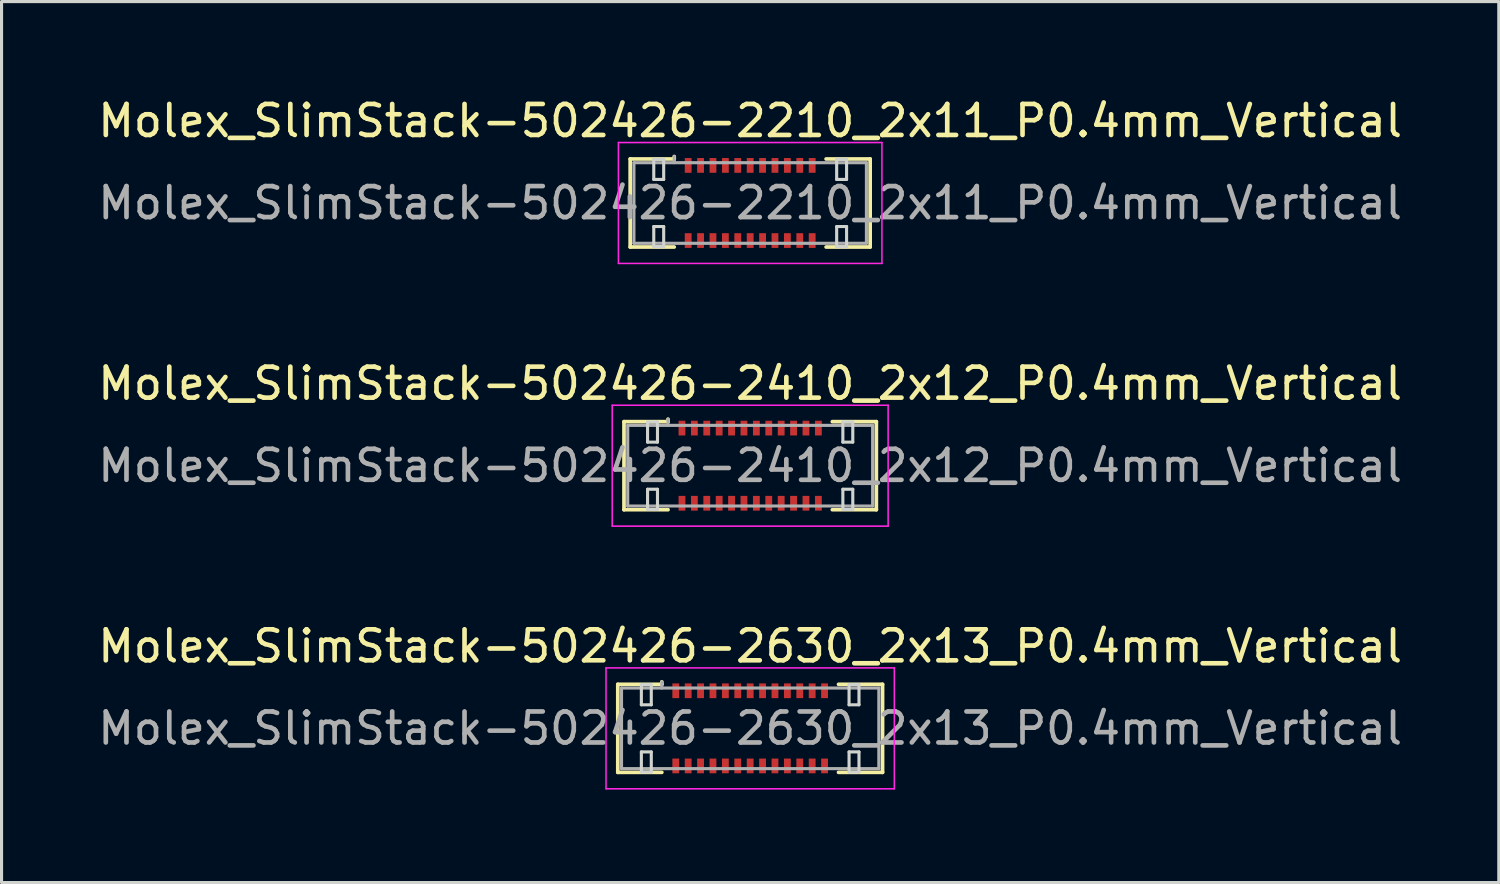
<source format=kicad_pcb>
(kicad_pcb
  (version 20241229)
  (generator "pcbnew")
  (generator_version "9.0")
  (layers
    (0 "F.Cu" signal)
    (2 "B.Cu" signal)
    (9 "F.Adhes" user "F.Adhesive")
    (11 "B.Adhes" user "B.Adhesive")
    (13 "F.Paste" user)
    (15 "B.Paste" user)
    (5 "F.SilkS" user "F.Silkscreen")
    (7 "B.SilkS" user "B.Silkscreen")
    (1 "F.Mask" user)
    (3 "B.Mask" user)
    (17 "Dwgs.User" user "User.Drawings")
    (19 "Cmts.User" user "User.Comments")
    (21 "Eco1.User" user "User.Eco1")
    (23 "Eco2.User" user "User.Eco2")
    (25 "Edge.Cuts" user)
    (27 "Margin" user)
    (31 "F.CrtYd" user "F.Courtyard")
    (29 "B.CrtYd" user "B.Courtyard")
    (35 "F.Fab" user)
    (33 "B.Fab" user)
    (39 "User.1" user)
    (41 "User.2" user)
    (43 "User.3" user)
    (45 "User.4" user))
  (footprint "Molex_SlimStack-502426-2410_2x12_P0.4mm_Vertical"
    (layer "F.Cu")
    (at 21.149 11.972)
    (property "Reference" "Molex_SlimStack-502426-2410_2x12_P0.4mm_Vertical" (at 0 -2.65 0) (layer "F.SilkS") (effects (font (size 1 1) (thickness 0.15))))
    (attr smd)
    (fp_line (start -4.07 -1.42) (end -2.65 -1.42) (stroke (width 0.12) (type solid)) (layer "F.SilkS"))
    (fp_line (start -4.07 1.42) (end -4.07 -1.42) (stroke (width 0.12) (type solid)) (layer "F.SilkS"))
    (fp_line (start -2.65 -1.42) (end -2.65 -1.5) (stroke (width 0.12) (type solid)) (layer "F.SilkS"))
    (fp_line (start -2.65 1.42) (end -4.07 1.42) (stroke (width 0.12) (type solid)) (layer "F.SilkS"))
    (fp_line (start 2.65 1.42) (end 4.07 1.42) (stroke (width 0.12) (type solid)) (layer "F.SilkS"))
    (fp_line (start 4.07 -1.42) (end 2.65 -1.42) (stroke (width 0.12) (type solid)) (layer "F.SilkS"))
    (fp_line (start 4.07 1.42) (end 4.07 -1.42) (stroke (width 0.12) (type solid)) (layer "F.SilkS"))
    (fp_line (start -3.31 -1.41) (end -3.31 -0.76) (stroke (width 0.1) (type solid)) (layer "Edge.Cuts"))
    (fp_line (start -3.31 -0.76) (end -2.99 -0.76) (stroke (width 0.1) (type solid)) (layer "Edge.Cuts"))
    (fp_line (start -3.31 0.76) (end -3.31 1.41) (stroke (width 0.1) (type solid)) (layer "Edge.Cuts"))
    (fp_line (start -3.31 1.41) (end -2.99 1.41) (stroke (width 0.1) (type solid)) (layer "Edge.Cuts"))
    (fp_line (start -2.99 -1.41) (end -3.31 -1.41) (stroke (width 0.1) (type solid)) (layer "Edge.Cuts"))
    (fp_line (start -2.99 -0.76) (end -2.99 -1.41) (stroke (width 0.1) (type solid)) (layer "Edge.Cuts"))
    (fp_line (start -2.99 0.76) (end -3.31 0.76) (stroke (width 0.1) (type solid)) (layer "Edge.Cuts"))
    (fp_line (start -2.99 1.41) (end -2.99 0.76) (stroke (width 0.1) (type solid)) (layer "Edge.Cuts"))
    (fp_line (start 2.99 -1.41) (end 2.99 -0.76) (stroke (width 0.1) (type solid)) (layer "Edge.Cuts"))
    (fp_line (start 2.99 -0.76) (end 3.31 -0.76) (stroke (width 0.1) (type solid)) (layer "Edge.Cuts"))
    (fp_line (start 2.99 0.76) (end 2.99 1.41) (stroke (width 0.1) (type solid)) (layer "Edge.Cuts"))
    (fp_line (start 2.99 1.41) (end 3.31 1.41) (stroke (width 0.1) (type solid)) (layer "Edge.Cuts"))
    (fp_line (start 3.31 -1.41) (end 2.99 -1.41) (stroke (width 0.1) (type solid)) (layer "Edge.Cuts"))
    (fp_line (start 3.31 -0.76) (end 3.31 -1.41) (stroke (width 0.1) (type solid)) (layer "Edge.Cuts"))
    (fp_line (start 3.31 0.76) (end 2.99 0.76) (stroke (width 0.1) (type solid)) (layer "Edge.Cuts"))
    (fp_line (start 3.31 1.41) (end 3.31 0.76) (stroke (width 0.1) (type solid)) (layer "Edge.Cuts"))
    (fp_line (start -4.45 -1.95) (end -4.45 1.95) (stroke (width 0.05) (type solid)) (layer "F.CrtYd"))
    (fp_line (start -4.45 1.95) (end 4.45 1.95) (stroke (width 0.05) (type solid)) (layer "F.CrtYd"))
    (fp_line (start 4.45 -1.95) (end -4.45 -1.95) (stroke (width 0.05) (type solid)) (layer "F.CrtYd"))
    (fp_line (start 4.45 1.95) (end 4.45 -1.95) (stroke (width 0.05) (type solid)) (layer "F.CrtYd"))
    (fp_line (start -3.95 -1.3) (end -3.95 1.3) (stroke (width 0.1) (type solid)) (layer "F.Fab"))
    (fp_line (start -3.95 1.3) (end 3.95 1.3) (stroke (width 0.1) (type solid)) (layer "F.Fab"))
    (fp_line (start -2.65 -1.3) (end -2.65 -1.5) (stroke (width 0.1) (type solid)) (layer "F.Fab"))
    (fp_line (start 3.95 -1.3) (end -3.95 -1.3) (stroke (width 0.1) (type solid)) (layer "F.Fab"))
    (fp_line (start 3.95 1.3) (end 3.95 -1.3) (stroke (width 0.1) (type solid)) (layer "F.Fab"))
    (fp_text user "${REFERENCE}" (at 0 0 0) (layer "F.Fab") (effects (font (size 1 1) (thickness 0.15))))
    (pad "1" smd rect (at 2.2 -1.212) (size 0.22 0.475) (layers "F.Cu" "F.Mask" "F.Paste"))
    (pad "2" smd rect (at 2.2 1.212) (size 0.22 0.475) (layers "F.Cu" "F.Mask" "F.Paste"))
    (pad "3" smd rect (at 1.8 -1.212) (size 0.22 0.475) (layers "F.Cu" "F.Mask" "F.Paste"))
    (pad "4" smd rect (at 1.8 1.212) (size 0.22 0.475) (layers "F.Cu" "F.Mask" "F.Paste"))
    (pad "5" smd rect (at 1.4 -1.212) (size 0.22 0.475) (layers "F.Cu" "F.Mask" "F.Paste"))
    (pad "6" smd rect (at 1.4 1.212) (size 0.22 0.475) (layers "F.Cu" "F.Mask" "F.Paste"))
    (pad "7" smd rect (at 1 -1.212) (size 0.22 0.475) (layers "F.Cu" "F.Mask" "F.Paste"))
    (pad "8" smd rect (at 1 1.212) (size 0.22 0.475) (layers "F.Cu" "F.Mask" "F.Paste"))
    (pad "9" smd rect (at 0.6 -1.212) (size 0.22 0.475) (layers "F.Cu" "F.Mask" "F.Paste"))
    (pad "10" smd rect (at 0.6 1.212) (size 0.22 0.475) (layers "F.Cu" "F.Mask" "F.Paste"))
    (pad "11" smd rect (at 0.2 -1.212) (size 0.22 0.475) (layers "F.Cu" "F.Mask" "F.Paste"))
    (pad "12" smd rect (at 0.2 1.212) (size 0.22 0.475) (layers "F.Cu" "F.Mask" "F.Paste"))
    (pad "13" smd rect (at -0.2 -1.212) (size 0.22 0.475) (layers "F.Cu" "F.Mask" "F.Paste"))
    (pad "14" smd rect (at -0.2 1.212) (size 0.22 0.475) (layers "F.Cu" "F.Mask" "F.Paste"))
    (pad "15" smd rect (at -0.6 -1.212) (size 0.22 0.475) (layers "F.Cu" "F.Mask" "F.Paste"))
    (pad "16" smd rect (at -0.6 1.212) (size 0.22 0.475) (layers "F.Cu" "F.Mask" "F.Paste"))
    (pad "17" smd rect (at -1 -1.212) (size 0.22 0.475) (layers "F.Cu" "F.Mask" "F.Paste"))
    (pad "18" smd rect (at -1 1.212) (size 0.22 0.475) (layers "F.Cu" "F.Mask" "F.Paste"))
    (pad "19" smd rect (at -1.4 -1.212) (size 0.22 0.475) (layers "F.Cu" "F.Mask" "F.Paste"))
    (pad "20" smd rect (at -1.4 1.212) (size 0.22 0.475) (layers "F.Cu" "F.Mask" "F.Paste"))
    (pad "21" smd rect (at -1.8 -1.212) (size 0.22 0.475) (layers "F.Cu" "F.Mask" "F.Paste"))
    (pad "22" smd rect (at -1.8 1.212) (size 0.22 0.475) (layers "F.Cu" "F.Mask" "F.Paste"))
    (pad "23" smd rect (at -2.2 -1.212) (size 0.22 0.475) (layers "F.Cu" "F.Mask" "F.Paste"))
    (pad "24" smd rect (at -2.2 1.212) (size 0.22 0.475) (layers "F.Cu" "F.Mask" "F.Paste")))
  (footprint "Molex_SlimStack-502426-2210_2x11_P0.4mm_Vertical"
    (layer "F.Cu")
    (at 21.149 3.498)
    (property "Reference" "Molex_SlimStack-502426-2210_2x11_P0.4mm_Vertical" (at 0 -2.65 0) (layer "F.SilkS") (effects (font (size 1 1) (thickness 0.15))))
    (attr smd)
    (fp_line (start -3.87 -1.42) (end -2.45 -1.42) (stroke (width 0.12) (type solid)) (layer "F.SilkS"))
    (fp_line (start -3.87 1.42) (end -3.87 -1.42) (stroke (width 0.12) (type solid)) (layer "F.SilkS"))
    (fp_line (start -2.45 -1.42) (end -2.45 -1.5) (stroke (width 0.12) (type solid)) (layer "F.SilkS"))
    (fp_line (start -2.45 1.42) (end -3.87 1.42) (stroke (width 0.12) (type solid)) (layer "F.SilkS"))
    (fp_line (start 2.45 1.42) (end 3.87 1.42) (stroke (width 0.12) (type solid)) (layer "F.SilkS"))
    (fp_line (start 3.87 -1.42) (end 2.45 -1.42) (stroke (width 0.12) (type solid)) (layer "F.SilkS"))
    (fp_line (start 3.87 1.42) (end 3.87 -1.42) (stroke (width 0.12) (type solid)) (layer "F.SilkS"))
    (fp_line (start -3.11 -1.41) (end -3.11 -0.76) (stroke (width 0.1) (type solid)) (layer "Edge.Cuts"))
    (fp_line (start -3.11 -0.76) (end -2.79 -0.76) (stroke (width 0.1) (type solid)) (layer "Edge.Cuts"))
    (fp_line (start -3.11 0.76) (end -3.11 1.41) (stroke (width 0.1) (type solid)) (layer "Edge.Cuts"))
    (fp_line (start -3.11 1.41) (end -2.79 1.41) (stroke (width 0.1) (type solid)) (layer "Edge.Cuts"))
    (fp_line (start -2.79 -1.41) (end -3.11 -1.41) (stroke (width 0.1) (type solid)) (layer "Edge.Cuts"))
    (fp_line (start -2.79 -0.76) (end -2.79 -1.41) (stroke (width 0.1) (type solid)) (layer "Edge.Cuts"))
    (fp_line (start -2.79 0.76) (end -3.11 0.76) (stroke (width 0.1) (type solid)) (layer "Edge.Cuts"))
    (fp_line (start -2.79 1.41) (end -2.79 0.76) (stroke (width 0.1) (type solid)) (layer "Edge.Cuts"))
    (fp_line (start 2.79 -1.41) (end 2.79 -0.76) (stroke (width 0.1) (type solid)) (layer "Edge.Cuts"))
    (fp_line (start 2.79 -0.76) (end 3.11 -0.76) (stroke (width 0.1) (type solid)) (layer "Edge.Cuts"))
    (fp_line (start 2.79 0.76) (end 2.79 1.41) (stroke (width 0.1) (type solid)) (layer "Edge.Cuts"))
    (fp_line (start 2.79 1.41) (end 3.11 1.41) (stroke (width 0.1) (type solid)) (layer "Edge.Cuts"))
    (fp_line (start 3.11 -1.41) (end 2.79 -1.41) (stroke (width 0.1) (type solid)) (layer "Edge.Cuts"))
    (fp_line (start 3.11 -0.76) (end 3.11 -1.41) (stroke (width 0.1) (type solid)) (layer "Edge.Cuts"))
    (fp_line (start 3.11 0.76) (end 2.79 0.76) (stroke (width 0.1) (type solid)) (layer "Edge.Cuts"))
    (fp_line (start 3.11 1.41) (end 3.11 0.76) (stroke (width 0.1) (type solid)) (layer "Edge.Cuts"))
    (fp_line (start -4.25 -1.95) (end -4.25 1.95) (stroke (width 0.05) (type solid)) (layer "F.CrtYd"))
    (fp_line (start -4.25 1.95) (end 4.25 1.95) (stroke (width 0.05) (type solid)) (layer "F.CrtYd"))
    (fp_line (start 4.25 -1.95) (end -4.25 -1.95) (stroke (width 0.05) (type solid)) (layer "F.CrtYd"))
    (fp_line (start 4.25 1.95) (end 4.25 -1.95) (stroke (width 0.05) (type solid)) (layer "F.CrtYd"))
    (fp_line (start -3.75 -1.3) (end -3.75 1.3) (stroke (width 0.1) (type solid)) (layer "F.Fab"))
    (fp_line (start -3.75 1.3) (end 3.75 1.3) (stroke (width 0.1) (type solid)) (layer "F.Fab"))
    (fp_line (start -2.45 -1.3) (end -2.45 -1.5) (stroke (width 0.1) (type solid)) (layer "F.Fab"))
    (fp_line (start 3.75 -1.3) (end -3.75 -1.3) (stroke (width 0.1) (type solid)) (layer "F.Fab"))
    (fp_line (start 3.75 1.3) (end 3.75 -1.3) (stroke (width 0.1) (type solid)) (layer "F.Fab"))
    (fp_text user "${REFERENCE}" (at 0 0 0) (layer "F.Fab") (effects (font (size 1 1) (thickness 0.15))))
    (pad "1" smd rect (at 2 -1.212) (size 0.22 0.475) (layers "F.Cu" "F.Mask" "F.Paste"))
    (pad "2" smd rect (at 2 1.212) (size 0.22 0.475) (layers "F.Cu" "F.Mask" "F.Paste"))
    (pad "3" smd rect (at 1.6 -1.212) (size 0.22 0.475) (layers "F.Cu" "F.Mask" "F.Paste"))
    (pad "4" smd rect (at 1.6 1.212) (size 0.22 0.475) (layers "F.Cu" "F.Mask" "F.Paste"))
    (pad "5" smd rect (at 1.2 -1.212) (size 0.22 0.475) (layers "F.Cu" "F.Mask" "F.Paste"))
    (pad "6" smd rect (at 1.2 1.212) (size 0.22 0.475) (layers "F.Cu" "F.Mask" "F.Paste"))
    (pad "7" smd rect (at 0.8 -1.212) (size 0.22 0.475) (layers "F.Cu" "F.Mask" "F.Paste"))
    (pad "8" smd rect (at 0.8 1.212) (size 0.22 0.475) (layers "F.Cu" "F.Mask" "F.Paste"))
    (pad "9" smd rect (at 0.4 -1.212) (size 0.22 0.475) (layers "F.Cu" "F.Mask" "F.Paste"))
    (pad "10" smd rect (at 0.4 1.212) (size 0.22 0.475) (layers "F.Cu" "F.Mask" "F.Paste"))
    (pad "11" smd rect (at 0 -1.212) (size 0.22 0.475) (layers "F.Cu" "F.Mask" "F.Paste"))
    (pad "12" smd rect (at 0 1.212) (size 0.22 0.475) (layers "F.Cu" "F.Mask" "F.Paste"))
    (pad "13" smd rect (at -0.4 -1.212) (size 0.22 0.475) (layers "F.Cu" "F.Mask" "F.Paste"))
    (pad "14" smd rect (at -0.4 1.212) (size 0.22 0.475) (layers "F.Cu" "F.Mask" "F.Paste"))
    (pad "15" smd rect (at -0.8 -1.212) (size 0.22 0.475) (layers "F.Cu" "F.Mask" "F.Paste"))
    (pad "16" smd rect (at -0.8 1.212) (size 0.22 0.475) (layers "F.Cu" "F.Mask" "F.Paste"))
    (pad "17" smd rect (at -1.2 -1.212) (size 0.22 0.475) (layers "F.Cu" "F.Mask" "F.Paste"))
    (pad "18" smd rect (at -1.2 1.212) (size 0.22 0.475) (layers "F.Cu" "F.Mask" "F.Paste"))
    (pad "19" smd rect (at -1.6 -1.212) (size 0.22 0.475) (layers "F.Cu" "F.Mask" "F.Paste"))
    (pad "20" smd rect (at -1.6 1.212) (size 0.22 0.475) (layers "F.Cu" "F.Mask" "F.Paste"))
    (pad "21" smd rect (at -2 -1.212) (size 0.22 0.475) (layers "F.Cu" "F.Mask" "F.Paste"))
    (pad "22" smd rect (at -2 1.212) (size 0.22 0.475) (layers "F.Cu" "F.Mask" "F.Paste")))
  (footprint "Molex_SlimStack-502426-2630_2x13_P0.4mm_Vertical"
    (layer "F.Cu")
    (at 21.149 20.445)
    (property "Reference" "Molex_SlimStack-502426-2630_2x13_P0.4mm_Vertical" (at 0 -2.65 0) (layer "F.SilkS") (effects (font (size 1 1) (thickness 0.15))))
    (attr smd)
    (fp_line (start -4.27 -1.42) (end -2.85 -1.42) (stroke (width 0.12) (type solid)) (layer "F.SilkS"))
    (fp_line (start -4.27 1.42) (end -4.27 -1.42) (stroke (width 0.12) (type solid)) (layer "F.SilkS"))
    (fp_line (start -2.85 -1.42) (end -2.85 -1.5) (stroke (width 0.12) (type solid)) (layer "F.SilkS"))
    (fp_line (start -2.85 1.42) (end -4.27 1.42) (stroke (width 0.12) (type solid)) (layer "F.SilkS"))
    (fp_line (start 2.85 1.42) (end 4.27 1.42) (stroke (width 0.12) (type solid)) (layer "F.SilkS"))
    (fp_line (start 4.27 -1.42) (end 2.85 -1.42) (stroke (width 0.12) (type solid)) (layer "F.SilkS"))
    (fp_line (start 4.27 1.42) (end 4.27 -1.42) (stroke (width 0.12) (type solid)) (layer "F.SilkS"))
    (fp_line (start -3.51 -1.41) (end -3.51 -0.76) (stroke (width 0.1) (type solid)) (layer "Edge.Cuts"))
    (fp_line (start -3.51 -0.76) (end -3.19 -0.76) (stroke (width 0.1) (type solid)) (layer "Edge.Cuts"))
    (fp_line (start -3.51 0.76) (end -3.51 1.41) (stroke (width 0.1) (type solid)) (layer "Edge.Cuts"))
    (fp_line (start -3.51 1.41) (end -3.19 1.41) (stroke (width 0.1) (type solid)) (layer "Edge.Cuts"))
    (fp_line (start -3.19 -1.41) (end -3.51 -1.41) (stroke (width 0.1) (type solid)) (layer "Edge.Cuts"))
    (fp_line (start -3.19 -0.76) (end -3.19 -1.41) (stroke (width 0.1) (type solid)) (layer "Edge.Cuts"))
    (fp_line (start -3.19 0.76) (end -3.51 0.76) (stroke (width 0.1) (type solid)) (layer "Edge.Cuts"))
    (fp_line (start -3.19 1.41) (end -3.19 0.76) (stroke (width 0.1) (type solid)) (layer "Edge.Cuts"))
    (fp_line (start 3.19 -1.41) (end 3.19 -0.76) (stroke (width 0.1) (type solid)) (layer "Edge.Cuts"))
    (fp_line (start 3.19 -0.76) (end 3.51 -0.76) (stroke (width 0.1) (type solid)) (layer "Edge.Cuts"))
    (fp_line (start 3.19 0.76) (end 3.19 1.41) (stroke (width 0.1) (type solid)) (layer "Edge.Cuts"))
    (fp_line (start 3.19 1.41) (end 3.51 1.41) (stroke (width 0.1) (type solid)) (layer "Edge.Cuts"))
    (fp_line (start 3.51 -1.41) (end 3.19 -1.41) (stroke (width 0.1) (type solid)) (layer "Edge.Cuts"))
    (fp_line (start 3.51 -0.76) (end 3.51 -1.41) (stroke (width 0.1) (type solid)) (layer "Edge.Cuts"))
    (fp_line (start 3.51 0.76) (end 3.19 0.76) (stroke (width 0.1) (type solid)) (layer "Edge.Cuts"))
    (fp_line (start 3.51 1.41) (end 3.51 0.76) (stroke (width 0.1) (type solid)) (layer "Edge.Cuts"))
    (fp_line (start -4.65 -1.95) (end -4.65 1.95) (stroke (width 0.05) (type solid)) (layer "F.CrtYd"))
    (fp_line (start -4.65 1.95) (end 4.65 1.95) (stroke (width 0.05) (type solid)) (layer "F.CrtYd"))
    (fp_line (start 4.65 -1.95) (end -4.65 -1.95) (stroke (width 0.05) (type solid)) (layer "F.CrtYd"))
    (fp_line (start 4.65 1.95) (end 4.65 -1.95) (stroke (width 0.05) (type solid)) (layer "F.CrtYd"))
    (fp_line (start -4.15 -1.3) (end -4.15 1.3) (stroke (width 0.1) (type solid)) (layer "F.Fab"))
    (fp_line (start -4.15 1.3) (end 4.15 1.3) (stroke (width 0.1) (type solid)) (layer "F.Fab"))
    (fp_line (start -2.85 -1.3) (end -2.85 -1.5) (stroke (width 0.1) (type solid)) (layer "F.Fab"))
    (fp_line (start 4.15 -1.3) (end -4.15 -1.3) (stroke (width 0.1) (type solid)) (layer "F.Fab"))
    (fp_line (start 4.15 1.3) (end 4.15 -1.3) (stroke (width 0.1) (type solid)) (layer "F.Fab"))
    (fp_text user "${REFERENCE}" (at 0 0 0) (layer "F.Fab") (effects (font (size 1 1) (thickness 0.15))))
    (pad "1" smd rect (at 2.4 -1.212) (size 0.22 0.475) (layers "F.Cu" "F.Mask" "F.Paste"))
    (pad "2" smd rect (at 2.4 1.212) (size 0.22 0.475) (layers "F.Cu" "F.Mask" "F.Paste"))
    (pad "3" smd rect (at 2 -1.212) (size 0.22 0.475) (layers "F.Cu" "F.Mask" "F.Paste"))
    (pad "4" smd rect (at 2 1.212) (size 0.22 0.475) (layers "F.Cu" "F.Mask" "F.Paste"))
    (pad "5" smd rect (at 1.6 -1.212) (size 0.22 0.475) (layers "F.Cu" "F.Mask" "F.Paste"))
    (pad "6" smd rect (at 1.6 1.212) (size 0.22 0.475) (layers "F.Cu" "F.Mask" "F.Paste"))
    (pad "7" smd rect (at 1.2 -1.212) (size 0.22 0.475) (layers "F.Cu" "F.Mask" "F.Paste"))
    (pad "8" smd rect (at 1.2 1.212) (size 0.22 0.475) (layers "F.Cu" "F.Mask" "F.Paste"))
    (pad "9" smd rect (at 0.8 -1.212) (size 0.22 0.475) (layers "F.Cu" "F.Mask" "F.Paste"))
    (pad "10" smd rect (at 0.8 1.212) (size 0.22 0.475) (layers "F.Cu" "F.Mask" "F.Paste"))
    (pad "11" smd rect (at 0.4 -1.212) (size 0.22 0.475) (layers "F.Cu" "F.Mask" "F.Paste"))
    (pad "12" smd rect (at 0.4 1.212) (size 0.22 0.475) (layers "F.Cu" "F.Mask" "F.Paste"))
    (pad "13" smd rect (at 0 -1.212) (size 0.22 0.475) (layers "F.Cu" "F.Mask" "F.Paste"))
    (pad "14" smd rect (at 0 1.212) (size 0.22 0.475) (layers "F.Cu" "F.Mask" "F.Paste"))
    (pad "15" smd rect (at -0.4 -1.212) (size 0.22 0.475) (layers "F.Cu" "F.Mask" "F.Paste"))
    (pad "16" smd rect (at -0.4 1.212) (size 0.22 0.475) (layers "F.Cu" "F.Mask" "F.Paste"))
    (pad "17" smd rect (at -0.8 -1.212) (size 0.22 0.475) (layers "F.Cu" "F.Mask" "F.Paste"))
    (pad "18" smd rect (at -0.8 1.212) (size 0.22 0.475) (layers "F.Cu" "F.Mask" "F.Paste"))
    (pad "19" smd rect (at -1.2 -1.212) (size 0.22 0.475) (layers "F.Cu" "F.Mask" "F.Paste"))
    (pad "20" smd rect (at -1.2 1.212) (size 0.22 0.475) (layers "F.Cu" "F.Mask" "F.Paste"))
    (pad "21" smd rect (at -1.6 -1.212) (size 0.22 0.475) (layers "F.Cu" "F.Mask" "F.Paste"))
    (pad "22" smd rect (at -1.6 1.212) (size 0.22 0.475) (layers "F.Cu" "F.Mask" "F.Paste"))
    (pad "23" smd rect (at -2 -1.212) (size 0.22 0.475) (layers "F.Cu" "F.Mask" "F.Paste"))
    (pad "24" smd rect (at -2 1.212) (size 0.22 0.475) (layers "F.Cu" "F.Mask" "F.Paste"))
    (pad "25" smd rect (at -2.4 -1.212) (size 0.22 0.475) (layers "F.Cu" "F.Mask" "F.Paste"))
    (pad "26" smd rect (at -2.4 1.212) (size 0.22 0.475) (layers "F.Cu" "F.Mask" "F.Paste")))
  (gr_rect
    (start -3 -3)
    (end 45.298 25.42)
    (stroke (width 0.1) (type default))
    (fill no)
    (layer "Edge.Cuts")))
</source>
